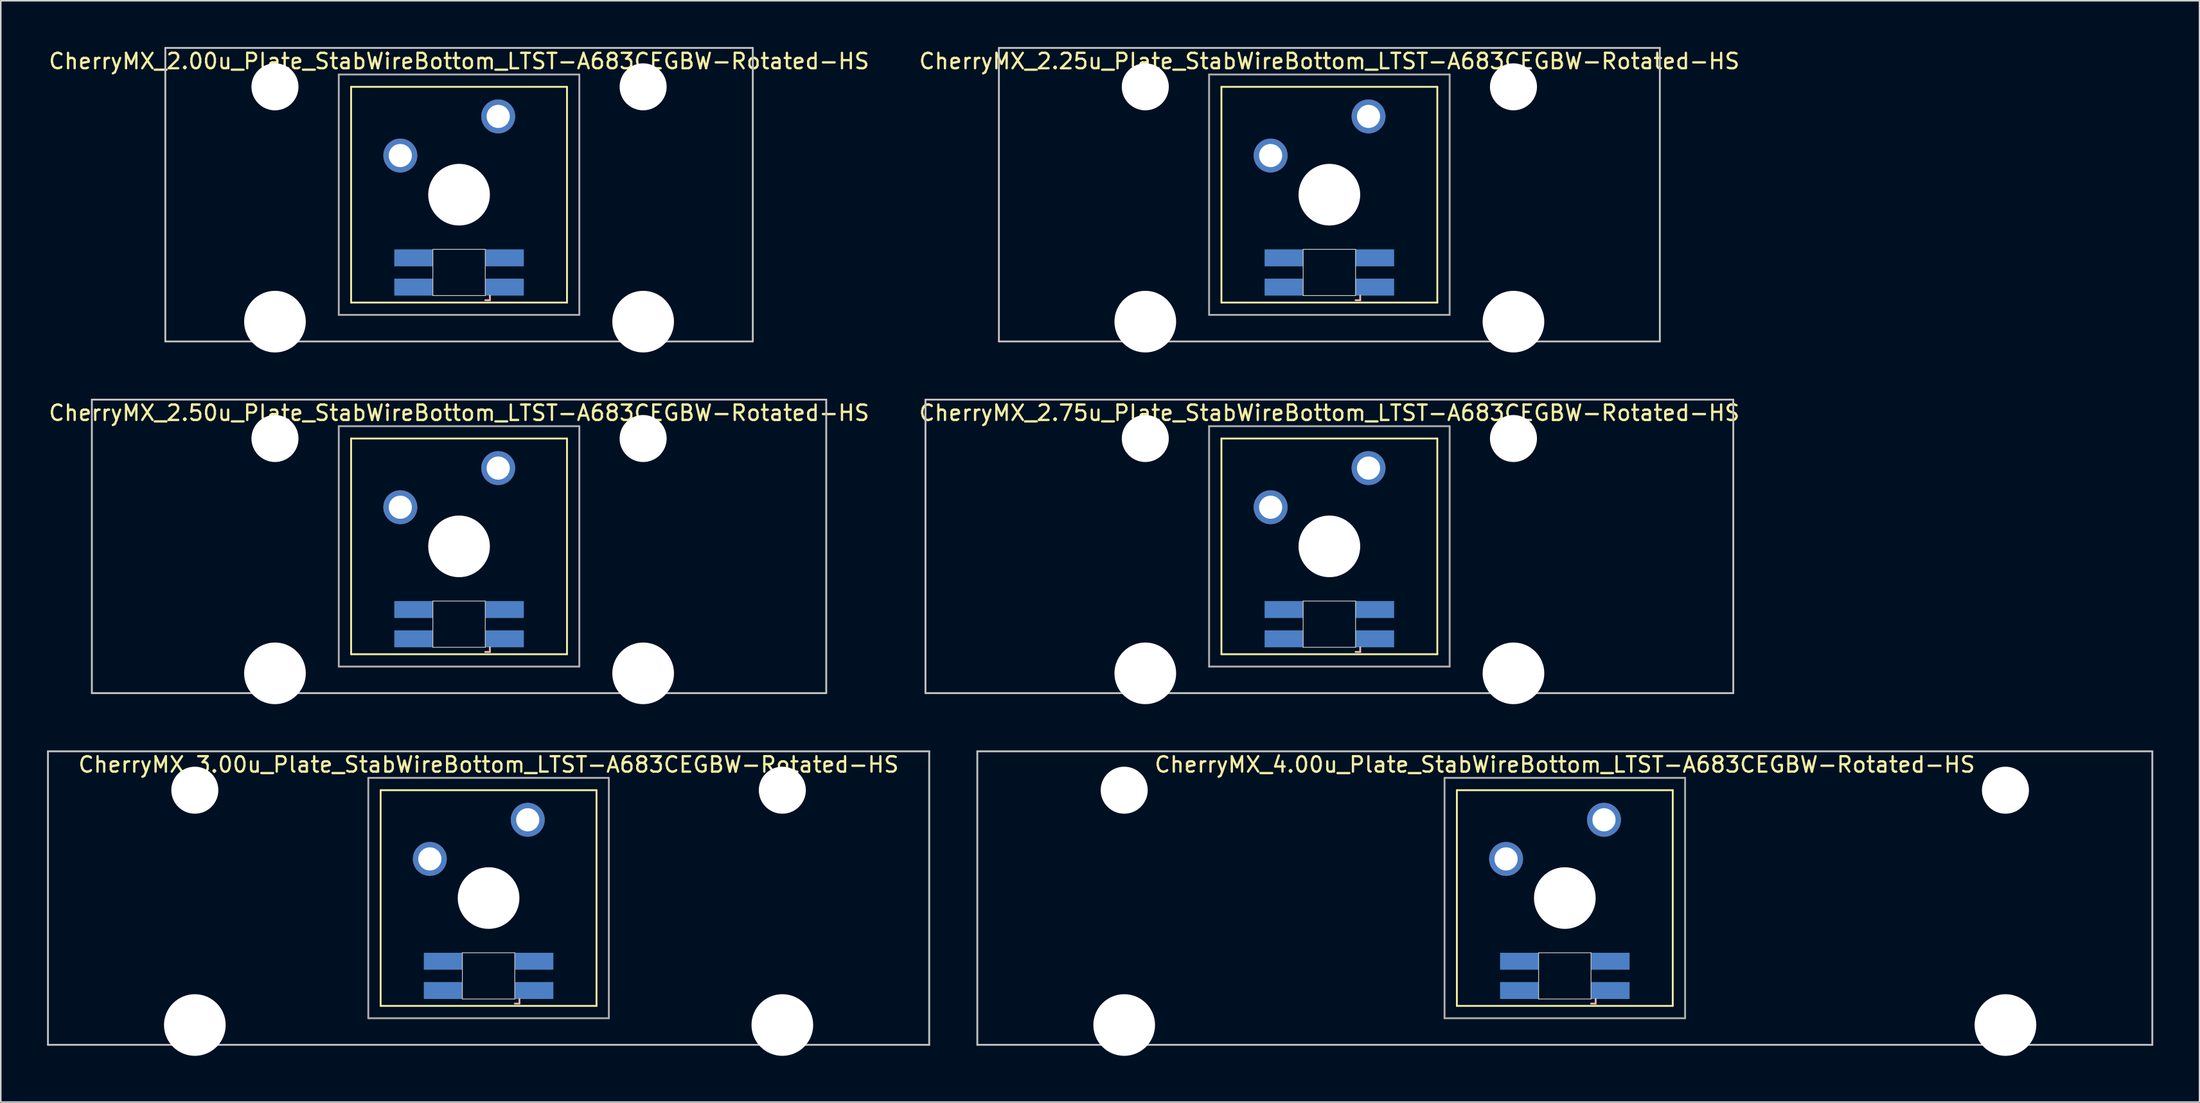
<source format=kicad_pcb>
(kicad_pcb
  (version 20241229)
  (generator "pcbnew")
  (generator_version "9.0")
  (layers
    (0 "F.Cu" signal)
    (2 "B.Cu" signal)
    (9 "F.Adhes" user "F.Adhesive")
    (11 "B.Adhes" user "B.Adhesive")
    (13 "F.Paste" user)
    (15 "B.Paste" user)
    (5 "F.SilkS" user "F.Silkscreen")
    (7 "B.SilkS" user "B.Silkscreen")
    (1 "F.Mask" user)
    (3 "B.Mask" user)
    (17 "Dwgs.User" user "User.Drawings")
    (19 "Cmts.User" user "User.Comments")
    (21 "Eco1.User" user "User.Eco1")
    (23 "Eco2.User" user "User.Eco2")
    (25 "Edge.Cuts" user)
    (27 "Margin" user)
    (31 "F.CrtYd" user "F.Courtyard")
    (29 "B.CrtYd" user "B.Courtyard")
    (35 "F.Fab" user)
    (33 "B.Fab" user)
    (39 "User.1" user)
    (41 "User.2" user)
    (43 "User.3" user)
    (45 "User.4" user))
  (footprint "CherryMX_2.75u_Plate_StabWireBottom_LTST-A683CEGBW-Rotated-HS"
    (layer "F.Cu")
    (at 83.161 32.41)
    (property "Reference" "CherryMX_2.75u_Plate_StabWireBottom_LTST-A683CEGBW-Rotated-HS" (at 0 -8.662 0) (layer "F.SilkS") (effects (font (size 1 1) (thickness 0.15))))
    (attr through_hole)
    (fp_line (start -7 -7) (end -7 7) (stroke (width 0.12) (type solid)) (layer "F.SilkS"))
    (fp_line (start -7 -7) (end 7 -7) (stroke (width 0.12) (type solid)) (layer "F.SilkS"))
    (fp_line (start 7 -7) (end 7 7) (stroke (width 0.12) (type solid)) (layer "F.SilkS"))
    (fp_line (start 7 7) (end -7 7) (stroke (width 0.12) (type solid)) (layer "F.SilkS"))
    (fp_line (start 1.7 6.85) (end 2 6.85) (stroke (width 0.12) (type solid)) (layer "B.SilkS"))
    (fp_line (start 2 6.85) (end 2 6.55) (stroke (width 0.12) (type solid)) (layer "B.SilkS"))
    (fp_line (start -26.194 -9.525) (end 26.194 -9.525) (stroke (width 0.12) (type solid)) (layer "Dwgs.User"))
    (fp_line (start -26.194 9.525) (end -26.194 -9.525) (stroke (width 0.12) (type solid)) (layer "Dwgs.User"))
    (fp_line (start 26.194 -9.525) (end 26.194 9.525) (stroke (width 0.12) (type solid)) (layer "Dwgs.User"))
    (fp_line (start 26.194 9.525) (end -26.194 9.525) (stroke (width 0.12) (type solid)) (layer "Dwgs.User"))
    (fp_line (start -1.7 3.55) (end 1.7 3.55) (stroke (width 0.05) (type solid)) (layer "Edge.Cuts"))
    (fp_line (start -1.7 6.55) (end -1.7 3.55) (stroke (width 0.05) (type solid)) (layer "Edge.Cuts"))
    (fp_line (start 1.7 3.55) (end 1.7 6.55) (stroke (width 0.05) (type solid)) (layer "Edge.Cuts"))
    (fp_line (start 1.7 6.55) (end -1.7 6.55) (stroke (width 0.05) (type solid)) (layer "Edge.Cuts"))
    (fp_line (start -7.8 -7.8) (end -7.8 7.8) (stroke (width 0.12) (type solid)) (layer "F.Fab"))
    (fp_line (start -7.8 -7.8) (end 7.8 -7.8) (stroke (width 0.12) (type solid)) (layer "F.Fab"))
    (fp_line (start -7.8 7.8) (end 7.8 7.8) (stroke (width 0.12) (type solid)) (layer "F.Fab"))
    (fp_line (start 7.8 -7.8) (end 7.8 7.8) (stroke (width 0.12) (type solid)) (layer "F.Fab"))
    (pad "" np_thru_hole circle (at -11.938 -7) (size 3.05 3.05) (drill 3.05) (layers "*.Cu" "*.Mask"))
    (pad "" np_thru_hole circle (at -11.938 8.24) (size 4 4) (drill 4) (layers "*.Cu" "*.Mask"))
    (pad "" np_thru_hole circle (at 0 0) (size 4 4) (drill 4) (layers "*.Cu" "*.Mask"))
    (pad "" np_thru_hole circle (at 11.938 -7) (size 3.05 3.05) (drill 3.05) (layers "*.Cu" "*.Mask"))
    (pad "" np_thru_hole circle (at 11.938 8.24) (size 4 4) (drill 4) (layers "*.Cu" "*.Mask"))
    (pad "1" thru_hole circle (at -3.81 -2.54) (size 2.2 2.2) (drill 1.5) (layers "*.Cu" "*.Mask"))
    (pad "2" thru_hole circle (at 2.54 -5.08) (size 2.2 2.2) (drill 1.5) (layers "*.Cu" "*.Mask"))
    (pad "3" smd rect (at 2.95 6) (size 2.5 1.1) (layers "B.Cu" "B.Mask" "B.Paste"))
    (pad "4" smd rect (at 2.95 4.1) (size 2.5 1.1) (layers "B.Cu" "B.Mask" "B.Paste"))
    (pad "5" smd rect (at -2.95 6) (size 2.5 1.1) (layers "B.Cu" "B.Mask" "B.Paste"))
    (pad "6" smd rect (at -2.95 4.1) (size 2.5 1.1) (layers "B.Cu" "B.Mask" "B.Paste")))
  (footprint "CherryMX_2.50u_Plate_StabWireBottom_LTST-A683CEGBW-Rotated-HS"
    (layer "F.Cu")
    (at 26.72 32.41)
    (property "Reference" "CherryMX_2.50u_Plate_StabWireBottom_LTST-A683CEGBW-Rotated-HS" (at 0 -8.662 0) (layer "F.SilkS") (effects (font (size 1 1) (thickness 0.15))))
    (attr through_hole)
    (fp_line (start -7 -7) (end -7 7) (stroke (width 0.12) (type solid)) (layer "F.SilkS"))
    (fp_line (start -7 -7) (end 7 -7) (stroke (width 0.12) (type solid)) (layer "F.SilkS"))
    (fp_line (start 7 -7) (end 7 7) (stroke (width 0.12) (type solid)) (layer "F.SilkS"))
    (fp_line (start 7 7) (end -7 7) (stroke (width 0.12) (type solid)) (layer "F.SilkS"))
    (fp_line (start 1.7 6.85) (end 2 6.85) (stroke (width 0.12) (type solid)) (layer "B.SilkS"))
    (fp_line (start 2 6.85) (end 2 6.55) (stroke (width 0.12) (type solid)) (layer "B.SilkS"))
    (fp_line (start -23.812 -9.525) (end 23.812 -9.525) (stroke (width 0.12) (type solid)) (layer "Dwgs.User"))
    (fp_line (start -23.812 9.525) (end -23.812 -9.525) (stroke (width 0.12) (type solid)) (layer "Dwgs.User"))
    (fp_line (start 23.812 -9.525) (end 23.812 9.525) (stroke (width 0.12) (type solid)) (layer "Dwgs.User"))
    (fp_line (start 23.812 9.525) (end -23.812 9.525) (stroke (width 0.12) (type solid)) (layer "Dwgs.User"))
    (fp_line (start -1.7 3.55) (end 1.7 3.55) (stroke (width 0.05) (type solid)) (layer "Edge.Cuts"))
    (fp_line (start -1.7 6.55) (end -1.7 3.55) (stroke (width 0.05) (type solid)) (layer "Edge.Cuts"))
    (fp_line (start 1.7 3.55) (end 1.7 6.55) (stroke (width 0.05) (type solid)) (layer "Edge.Cuts"))
    (fp_line (start 1.7 6.55) (end -1.7 6.55) (stroke (width 0.05) (type solid)) (layer "Edge.Cuts"))
    (fp_line (start -7.8 -7.8) (end -7.8 7.8) (stroke (width 0.12) (type solid)) (layer "F.Fab"))
    (fp_line (start -7.8 -7.8) (end 7.8 -7.8) (stroke (width 0.12) (type solid)) (layer "F.Fab"))
    (fp_line (start -7.8 7.8) (end 7.8 7.8) (stroke (width 0.12) (type solid)) (layer "F.Fab"))
    (fp_line (start 7.8 -7.8) (end 7.8 7.8) (stroke (width 0.12) (type solid)) (layer "F.Fab"))
    (pad "" np_thru_hole circle (at -11.938 -7) (size 3.05 3.05) (drill 3.05) (layers "*.Cu" "*.Mask"))
    (pad "" np_thru_hole circle (at -11.938 8.24) (size 4 4) (drill 4) (layers "*.Cu" "*.Mask"))
    (pad "" np_thru_hole circle (at 0 0) (size 4 4) (drill 4) (layers "*.Cu" "*.Mask"))
    (pad "" np_thru_hole circle (at 11.938 -7) (size 3.05 3.05) (drill 3.05) (layers "*.Cu" "*.Mask"))
    (pad "" np_thru_hole circle (at 11.938 8.24) (size 4 4) (drill 4) (layers "*.Cu" "*.Mask"))
    (pad "1" thru_hole circle (at -3.81 -2.54) (size 2.2 2.2) (drill 1.5) (layers "*.Cu" "*.Mask"))
    (pad "2" thru_hole circle (at 2.54 -5.08) (size 2.2 2.2) (drill 1.5) (layers "*.Cu" "*.Mask"))
    (pad "3" smd rect (at 2.95 6) (size 2.5 1.1) (layers "B.Cu" "B.Mask" "B.Paste"))
    (pad "4" smd rect (at 2.95 4.1) (size 2.5 1.1) (layers "B.Cu" "B.Mask" "B.Paste"))
    (pad "5" smd rect (at -2.95 6) (size 2.5 1.1) (layers "B.Cu" "B.Mask" "B.Paste"))
    (pad "6" smd rect (at -2.95 4.1) (size 2.5 1.1) (layers "B.Cu" "B.Mask" "B.Paste")))
  (footprint "CherryMX_2.00u_Plate_StabWireBottom_LTST-A683CEGBW-Rotated-HS"
    (layer "F.Cu")
    (at 26.72 9.585)
    (property "Reference" "CherryMX_2.00u_Plate_StabWireBottom_LTST-A683CEGBW-Rotated-HS" (at 0 -8.662 0) (layer "F.SilkS") (effects (font (size 1 1) (thickness 0.15))))
    (attr through_hole)
    (fp_line (start -7 -7) (end -7 7) (stroke (width 0.12) (type solid)) (layer "F.SilkS"))
    (fp_line (start -7 -7) (end 7 -7) (stroke (width 0.12) (type solid)) (layer "F.SilkS"))
    (fp_line (start 7 -7) (end 7 7) (stroke (width 0.12) (type solid)) (layer "F.SilkS"))
    (fp_line (start 7 7) (end -7 7) (stroke (width 0.12) (type solid)) (layer "F.SilkS"))
    (fp_line (start 1.7 6.85) (end 2 6.85) (stroke (width 0.12) (type solid)) (layer "B.SilkS"))
    (fp_line (start 2 6.85) (end 2 6.55) (stroke (width 0.12) (type solid)) (layer "B.SilkS"))
    (fp_line (start -19.05 -9.525) (end 19.05 -9.525) (stroke (width 0.12) (type solid)) (layer "Dwgs.User"))
    (fp_line (start -19.05 9.525) (end -19.05 -9.525) (stroke (width 0.12) (type solid)) (layer "Dwgs.User"))
    (fp_line (start 19.05 -9.525) (end 19.05 9.525) (stroke (width 0.12) (type solid)) (layer "Dwgs.User"))
    (fp_line (start 19.05 9.525) (end -19.05 9.525) (stroke (width 0.12) (type solid)) (layer "Dwgs.User"))
    (fp_line (start -1.7 3.55) (end 1.7 3.55) (stroke (width 0.05) (type solid)) (layer "Edge.Cuts"))
    (fp_line (start -1.7 6.55) (end -1.7 3.55) (stroke (width 0.05) (type solid)) (layer "Edge.Cuts"))
    (fp_line (start 1.7 3.55) (end 1.7 6.55) (stroke (width 0.05) (type solid)) (layer "Edge.Cuts"))
    (fp_line (start 1.7 6.55) (end -1.7 6.55) (stroke (width 0.05) (type solid)) (layer "Edge.Cuts"))
    (fp_line (start -7.8 -7.8) (end -7.8 7.8) (stroke (width 0.12) (type solid)) (layer "F.Fab"))
    (fp_line (start -7.8 -7.8) (end 7.8 -7.8) (stroke (width 0.12) (type solid)) (layer "F.Fab"))
    (fp_line (start -7.8 7.8) (end 7.8 7.8) (stroke (width 0.12) (type solid)) (layer "F.Fab"))
    (fp_line (start 7.8 -7.8) (end 7.8 7.8) (stroke (width 0.12) (type solid)) (layer "F.Fab"))
    (pad "" np_thru_hole circle (at -11.938 -7) (size 3.05 3.05) (drill 3.05) (layers "*.Cu" "*.Mask"))
    (pad "" np_thru_hole circle (at -11.938 8.24) (size 4 4) (drill 4) (layers "*.Cu" "*.Mask"))
    (pad "" np_thru_hole circle (at 0 0) (size 4 4) (drill 4) (layers "*.Cu" "*.Mask"))
    (pad "" np_thru_hole circle (at 11.938 -7) (size 3.05 3.05) (drill 3.05) (layers "*.Cu" "*.Mask"))
    (pad "" np_thru_hole circle (at 11.938 8.24) (size 4 4) (drill 4) (layers "*.Cu" "*.Mask"))
    (pad "1" thru_hole circle (at -3.81 -2.54) (size 2.2 2.2) (drill 1.5) (layers "*.Cu" "*.Mask"))
    (pad "2" thru_hole circle (at 2.54 -5.08) (size 2.2 2.2) (drill 1.5) (layers "*.Cu" "*.Mask"))
    (pad "3" smd rect (at 2.95 6) (size 2.5 1.1) (layers "B.Cu" "B.Mask" "B.Paste"))
    (pad "4" smd rect (at 2.95 4.1) (size 2.5 1.1) (layers "B.Cu" "B.Mask" "B.Paste"))
    (pad "5" smd rect (at -2.95 6) (size 2.5 1.1) (layers "B.Cu" "B.Mask" "B.Paste"))
    (pad "6" smd rect (at -2.95 4.1) (size 2.5 1.1) (layers "B.Cu" "B.Mask" "B.Paste")))
  (footprint "CherryMX_4.00u_Plate_StabWireBottom_LTST-A683CEGBW-Rotated-HS"
    (layer "F.Cu")
    (at 98.43 55.235)
    (property "Reference" "CherryMX_4.00u_Plate_StabWireBottom_LTST-A683CEGBW-Rotated-HS" (at 0 -8.662 0) (layer "F.SilkS") (effects (font (size 1 1) (thickness 0.15))))
    (attr through_hole)
    (fp_line (start -7 -7) (end -7 7) (stroke (width 0.12) (type solid)) (layer "F.SilkS"))
    (fp_line (start -7 -7) (end 7 -7) (stroke (width 0.12) (type solid)) (layer "F.SilkS"))
    (fp_line (start 7 -7) (end 7 7) (stroke (width 0.12) (type solid)) (layer "F.SilkS"))
    (fp_line (start 7 7) (end -7 7) (stroke (width 0.12) (type solid)) (layer "F.SilkS"))
    (fp_line (start 1.7 6.85) (end 2 6.85) (stroke (width 0.12) (type solid)) (layer "B.SilkS"))
    (fp_line (start 2 6.85) (end 2 6.55) (stroke (width 0.12) (type solid)) (layer "B.SilkS"))
    (fp_line (start -38.1 -9.525) (end 38.1 -9.525) (stroke (width 0.12) (type solid)) (layer "Dwgs.User"))
    (fp_line (start -38.1 9.525) (end -38.1 -9.525) (stroke (width 0.12) (type solid)) (layer "Dwgs.User"))
    (fp_line (start 38.1 -9.525) (end 38.1 9.525) (stroke (width 0.12) (type solid)) (layer "Dwgs.User"))
    (fp_line (start 38.1 9.525) (end -38.1 9.525) (stroke (width 0.12) (type solid)) (layer "Dwgs.User"))
    (fp_line (start -1.7 3.55) (end 1.7 3.55) (stroke (width 0.05) (type solid)) (layer "Edge.Cuts"))
    (fp_line (start -1.7 6.55) (end -1.7 3.55) (stroke (width 0.05) (type solid)) (layer "Edge.Cuts"))
    (fp_line (start 1.7 3.55) (end 1.7 6.55) (stroke (width 0.05) (type solid)) (layer "Edge.Cuts"))
    (fp_line (start 1.7 6.55) (end -1.7 6.55) (stroke (width 0.05) (type solid)) (layer "Edge.Cuts"))
    (fp_line (start -7.8 -7.8) (end -7.8 7.8) (stroke (width 0.12) (type solid)) (layer "F.Fab"))
    (fp_line (start -7.8 -7.8) (end 7.8 -7.8) (stroke (width 0.12) (type solid)) (layer "F.Fab"))
    (fp_line (start -7.8 7.8) (end 7.8 7.8) (stroke (width 0.12) (type solid)) (layer "F.Fab"))
    (fp_line (start 7.8 -7.8) (end 7.8 7.8) (stroke (width 0.12) (type solid)) (layer "F.Fab"))
    (pad "" np_thru_hole circle (at -28.575 -7) (size 3.05 3.05) (drill 3.05) (layers "*.Cu" "*.Mask"))
    (pad "" np_thru_hole circle (at -28.575 8.24) (size 4 4) (drill 4) (layers "*.Cu" "*.Mask"))
    (pad "" np_thru_hole circle (at 0 0) (size 4 4) (drill 4) (layers "*.Cu" "*.Mask"))
    (pad "" np_thru_hole circle (at 28.575 -7) (size 3.05 3.05) (drill 3.05) (layers "*.Cu" "*.Mask"))
    (pad "" np_thru_hole circle (at 28.575 8.24) (size 4 4) (drill 4) (layers "*.Cu" "*.Mask"))
    (pad "1" thru_hole circle (at -3.81 -2.54) (size 2.2 2.2) (drill 1.5) (layers "*.Cu" "*.Mask"))
    (pad "2" thru_hole circle (at 2.54 -5.08) (size 2.2 2.2) (drill 1.5) (layers "*.Cu" "*.Mask"))
    (pad "3" smd rect (at 2.95 6) (size 2.5 1.1) (layers "B.Cu" "B.Mask" "B.Paste"))
    (pad "4" smd rect (at 2.95 4.1) (size 2.5 1.1) (layers "B.Cu" "B.Mask" "B.Paste"))
    (pad "5" smd rect (at -2.95 6) (size 2.5 1.1) (layers "B.Cu" "B.Mask" "B.Paste"))
    (pad "6" smd rect (at -2.95 4.1) (size 2.5 1.1) (layers "B.Cu" "B.Mask" "B.Paste")))
  (footprint "CherryMX_2.25u_Plate_StabWireBottom_LTST-A683CEGBW-Rotated-HS"
    (layer "F.Cu")
    (at 83.161 9.585)
    (property "Reference" "CherryMX_2.25u_Plate_StabWireBottom_LTST-A683CEGBW-Rotated-HS" (at 0 -8.662 0) (layer "F.SilkS") (effects (font (size 1 1) (thickness 0.15))))
    (attr through_hole)
    (fp_line (start -7 -7) (end -7 7) (stroke (width 0.12) (type solid)) (layer "F.SilkS"))
    (fp_line (start -7 -7) (end 7 -7) (stroke (width 0.12) (type solid)) (layer "F.SilkS"))
    (fp_line (start 7 -7) (end 7 7) (stroke (width 0.12) (type solid)) (layer "F.SilkS"))
    (fp_line (start 7 7) (end -7 7) (stroke (width 0.12) (type solid)) (layer "F.SilkS"))
    (fp_line (start 1.7 6.85) (end 2 6.85) (stroke (width 0.12) (type solid)) (layer "B.SilkS"))
    (fp_line (start 2 6.85) (end 2 6.55) (stroke (width 0.12) (type solid)) (layer "B.SilkS"))
    (fp_line (start -21.431 -9.525) (end 21.431 -9.525) (stroke (width 0.12) (type solid)) (layer "Dwgs.User"))
    (fp_line (start -21.431 9.525) (end -21.431 -9.525) (stroke (width 0.12) (type solid)) (layer "Dwgs.User"))
    (fp_line (start 21.431 -9.525) (end 21.431 9.525) (stroke (width 0.12) (type solid)) (layer "Dwgs.User"))
    (fp_line (start 21.431 9.525) (end -21.431 9.525) (stroke (width 0.12) (type solid)) (layer "Dwgs.User"))
    (fp_line (start -1.7 3.55) (end 1.7 3.55) (stroke (width 0.05) (type solid)) (layer "Edge.Cuts"))
    (fp_line (start -1.7 6.55) (end -1.7 3.55) (stroke (width 0.05) (type solid)) (layer "Edge.Cuts"))
    (fp_line (start 1.7 3.55) (end 1.7 6.55) (stroke (width 0.05) (type solid)) (layer "Edge.Cuts"))
    (fp_line (start 1.7 6.55) (end -1.7 6.55) (stroke (width 0.05) (type solid)) (layer "Edge.Cuts"))
    (fp_line (start -7.8 -7.8) (end -7.8 7.8) (stroke (width 0.12) (type solid)) (layer "F.Fab"))
    (fp_line (start -7.8 -7.8) (end 7.8 -7.8) (stroke (width 0.12) (type solid)) (layer "F.Fab"))
    (fp_line (start -7.8 7.8) (end 7.8 7.8) (stroke (width 0.12) (type solid)) (layer "F.Fab"))
    (fp_line (start 7.8 -7.8) (end 7.8 7.8) (stroke (width 0.12) (type solid)) (layer "F.Fab"))
    (pad "" np_thru_hole circle (at -11.938 -7) (size 3.05 3.05) (drill 3.05) (layers "*.Cu" "*.Mask"))
    (pad "" np_thru_hole circle (at -11.938 8.24) (size 4 4) (drill 4) (layers "*.Cu" "*.Mask"))
    (pad "" np_thru_hole circle (at 0 0) (size 4 4) (drill 4) (layers "*.Cu" "*.Mask"))
    (pad "" np_thru_hole circle (at 11.938 -7) (size 3.05 3.05) (drill 3.05) (layers "*.Cu" "*.Mask"))
    (pad "" np_thru_hole circle (at 11.938 8.24) (size 4 4) (drill 4) (layers "*.Cu" "*.Mask"))
    (pad "1" thru_hole circle (at -3.81 -2.54) (size 2.2 2.2) (drill 1.5) (layers "*.Cu" "*.Mask"))
    (pad "2" thru_hole circle (at 2.54 -5.08) (size 2.2 2.2) (drill 1.5) (layers "*.Cu" "*.Mask"))
    (pad "3" smd rect (at 2.95 6) (size 2.5 1.1) (layers "B.Cu" "B.Mask" "B.Paste"))
    (pad "4" smd rect (at 2.95 4.1) (size 2.5 1.1) (layers "B.Cu" "B.Mask" "B.Paste"))
    (pad "5" smd rect (at -2.95 6) (size 2.5 1.1) (layers "B.Cu" "B.Mask" "B.Paste"))
    (pad "6" smd rect (at -2.95 4.1) (size 2.5 1.1) (layers "B.Cu" "B.Mask" "B.Paste")))
  (footprint "CherryMX_3.00u_Plate_StabWireBottom_LTST-A683CEGBW-Rotated-HS"
    (layer "F.Cu")
    (at 28.635 55.235)
    (property "Reference" "CherryMX_3.00u_Plate_StabWireBottom_LTST-A683CEGBW-Rotated-HS" (at 0 -8.662 0) (layer "F.SilkS") (effects (font (size 1 1) (thickness 0.15))))
    (attr through_hole)
    (fp_line (start -7 -7) (end -7 7) (stroke (width 0.12) (type solid)) (layer "F.SilkS"))
    (fp_line (start -7 -7) (end 7 -7) (stroke (width 0.12) (type solid)) (layer "F.SilkS"))
    (fp_line (start 7 -7) (end 7 7) (stroke (width 0.12) (type solid)) (layer "F.SilkS"))
    (fp_line (start 7 7) (end -7 7) (stroke (width 0.12) (type solid)) (layer "F.SilkS"))
    (fp_line (start 1.7 6.85) (end 2 6.85) (stroke (width 0.12) (type solid)) (layer "B.SilkS"))
    (fp_line (start 2 6.85) (end 2 6.55) (stroke (width 0.12) (type solid)) (layer "B.SilkS"))
    (fp_line (start -28.575 -9.525) (end 28.575 -9.525) (stroke (width 0.12) (type solid)) (layer "Dwgs.User"))
    (fp_line (start -28.575 9.525) (end -28.575 -9.525) (stroke (width 0.12) (type solid)) (layer "Dwgs.User"))
    (fp_line (start 28.575 -9.525) (end 28.575 9.525) (stroke (width 0.12) (type solid)) (layer "Dwgs.User"))
    (fp_line (start 28.575 9.525) (end -28.575 9.525) (stroke (width 0.12) (type solid)) (layer "Dwgs.User"))
    (fp_line (start -1.7 3.55) (end 1.7 3.55) (stroke (width 0.05) (type solid)) (layer "Edge.Cuts"))
    (fp_line (start -1.7 6.55) (end -1.7 3.55) (stroke (width 0.05) (type solid)) (layer "Edge.Cuts"))
    (fp_line (start 1.7 3.55) (end 1.7 6.55) (stroke (width 0.05) (type solid)) (layer "Edge.Cuts"))
    (fp_line (start 1.7 6.55) (end -1.7 6.55) (stroke (width 0.05) (type solid)) (layer "Edge.Cuts"))
    (fp_line (start -7.8 -7.8) (end -7.8 7.8) (stroke (width 0.12) (type solid)) (layer "F.Fab"))
    (fp_line (start -7.8 -7.8) (end 7.8 -7.8) (stroke (width 0.12) (type solid)) (layer "F.Fab"))
    (fp_line (start -7.8 7.8) (end 7.8 7.8) (stroke (width 0.12) (type solid)) (layer "F.Fab"))
    (fp_line (start 7.8 -7.8) (end 7.8 7.8) (stroke (width 0.12) (type solid)) (layer "F.Fab"))
    (pad "" np_thru_hole circle (at -19.05 -7) (size 3.05 3.05) (drill 3.05) (layers "*.Cu" "*.Mask"))
    (pad "" np_thru_hole circle (at -19.05 8.24) (size 4 4) (drill 4) (layers "*.Cu" "*.Mask"))
    (pad "" np_thru_hole circle (at 0 0) (size 4 4) (drill 4) (layers "*.Cu" "*.Mask"))
    (pad "" np_thru_hole circle (at 19.05 -7) (size 3.05 3.05) (drill 3.05) (layers "*.Cu" "*.Mask"))
    (pad "" np_thru_hole circle (at 19.05 8.24) (size 4 4) (drill 4) (layers "*.Cu" "*.Mask"))
    (pad "1" thru_hole circle (at -3.81 -2.54) (size 2.2 2.2) (drill 1.5) (layers "*.Cu" "*.Mask"))
    (pad "2" thru_hole circle (at 2.54 -5.08) (size 2.2 2.2) (drill 1.5) (layers "*.Cu" "*.Mask"))
    (pad "3" smd rect (at 2.95 6) (size 2.5 1.1) (layers "B.Cu" "B.Mask" "B.Paste"))
    (pad "4" smd rect (at 2.95 4.1) (size 2.5 1.1) (layers "B.Cu" "B.Mask" "B.Paste"))
    (pad "5" smd rect (at -2.95 6) (size 2.5 1.1) (layers "B.Cu" "B.Mask" "B.Paste"))
    (pad "6" smd rect (at -2.95 4.1) (size 2.5 1.1) (layers "B.Cu" "B.Mask" "B.Paste")))
  (gr_rect
    (start -3 -3)
    (end 139.59 68.475)
    (stroke (width 0.1) (type default))
    (fill no)
    (layer "Edge.Cuts")))
</source>
